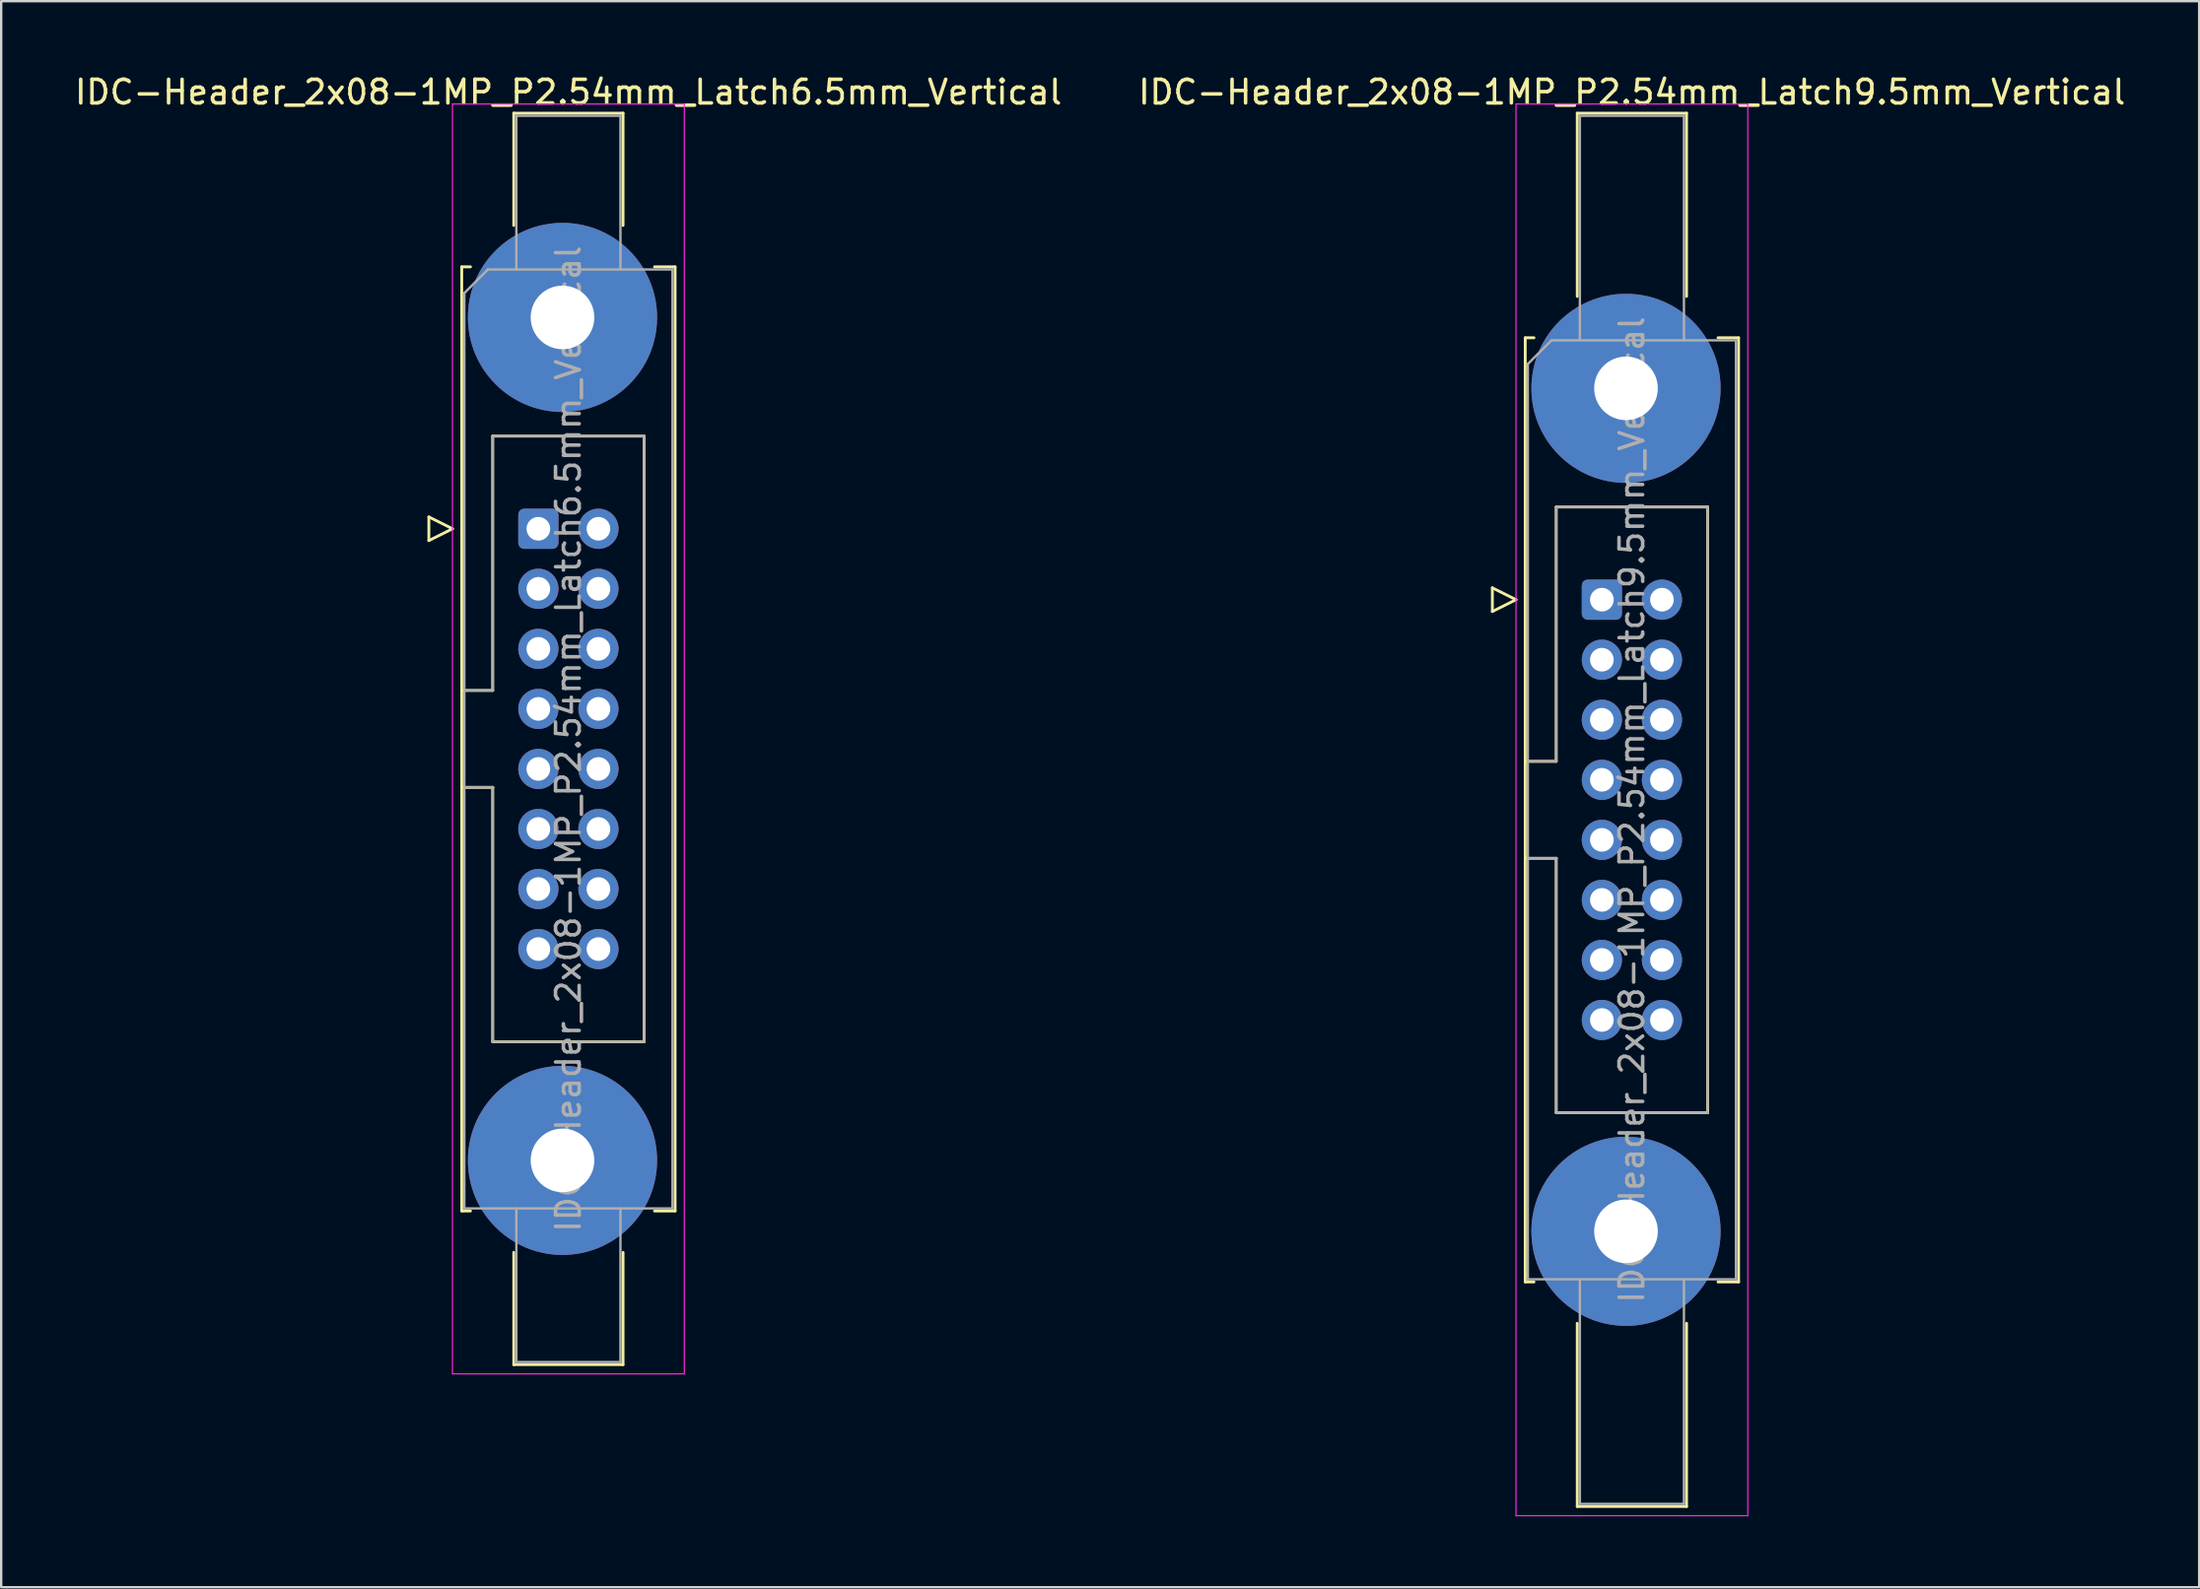
<source format=kicad_pcb>
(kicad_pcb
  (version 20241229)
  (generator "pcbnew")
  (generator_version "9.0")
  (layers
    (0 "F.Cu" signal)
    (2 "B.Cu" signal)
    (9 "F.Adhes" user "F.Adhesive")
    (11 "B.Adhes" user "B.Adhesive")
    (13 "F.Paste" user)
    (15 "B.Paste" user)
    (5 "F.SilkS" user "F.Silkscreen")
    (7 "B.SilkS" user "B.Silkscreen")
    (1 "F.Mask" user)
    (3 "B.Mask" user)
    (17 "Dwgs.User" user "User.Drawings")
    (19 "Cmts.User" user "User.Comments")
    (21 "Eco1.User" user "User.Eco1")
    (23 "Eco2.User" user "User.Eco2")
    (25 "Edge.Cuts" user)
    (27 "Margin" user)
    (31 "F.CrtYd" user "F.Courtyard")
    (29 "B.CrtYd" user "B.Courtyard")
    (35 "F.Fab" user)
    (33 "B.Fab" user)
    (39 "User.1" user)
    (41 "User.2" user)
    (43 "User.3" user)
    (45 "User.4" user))
  (footprint "IDC-Header_2x08-1MP_P2.54mm_Latch9.5mm_Vertical"
    (layer "F.Cu")
    (at 64.676 22.318)
    (property "Reference" "IDC-Header_2x08-1MP_P2.54mm_Latch9.5mm_Vertical" (at 1.27 -21.47 0) (layer "F.SilkS") (effects (font (size 1 1) (thickness 0.15))))
    (attr through_hole)
    (fp_line (start -4.63 -0.5) (end -4.63 0.5) (stroke (width 0.12) (type solid)) (layer "F.SilkS"))
    (fp_line (start -4.63 0.5) (end -3.63 0) (stroke (width 0.12) (type solid)) (layer "F.SilkS"))
    (fp_line (start -3.63 0) (end -4.63 -0.5) (stroke (width 0.12) (type solid)) (layer "F.SilkS"))
    (fp_line (start -3.24 -11.08) (end -3.24 28.86) (stroke (width 0.12) (type solid)) (layer "F.SilkS"))
    (fp_line (start -3.24 6.84) (end -1.93 6.84) (stroke (width 0.12) (type solid)) (layer "F.SilkS"))
    (fp_line (start -3.24 28.86) (end -2.87 28.86) (stroke (width 0.12) (type solid)) (layer "F.SilkS"))
    (fp_line (start -2.87 -11.08) (end -3.24 -11.08) (stroke (width 0.12) (type solid)) (layer "F.SilkS"))
    (fp_line (start -1.93 -3.92) (end 4.47 -3.92) (stroke (width 0.12) (type solid)) (layer "F.SilkS"))
    (fp_line (start -1.93 6.84) (end -1.93 -3.92) (stroke (width 0.12) (type solid)) (layer "F.SilkS"))
    (fp_line (start -1.93 10.94) (end -3.24 10.94) (stroke (width 0.12) (type solid)) (layer "F.SilkS"))
    (fp_line (start -1.93 10.94) (end -1.93 10.94) (stroke (width 0.12) (type solid)) (layer "F.SilkS"))
    (fp_line (start -1.93 21.7) (end -1.93 10.94) (stroke (width 0.12) (type solid)) (layer "F.SilkS"))
    (fp_line (start -1.04 -20.58) (end 3.58 -20.58) (stroke (width 0.12) (type solid)) (layer "F.SilkS"))
    (fp_line (start -1.04 -12.83) (end -1.04 -20.58) (stroke (width 0.12) (type solid)) (layer "F.SilkS"))
    (fp_line (start -1.04 30.61) (end -1.04 38.36) (stroke (width 0.12) (type solid)) (layer "F.SilkS"))
    (fp_line (start -1.04 38.36) (end 3.58 38.36) (stroke (width 0.12) (type solid)) (layer "F.SilkS"))
    (fp_line (start 3.58 -20.58) (end 3.58 -12.83) (stroke (width 0.12) (type solid)) (layer "F.SilkS"))
    (fp_line (start 3.58 38.36) (end 3.58 30.61) (stroke (width 0.12) (type solid)) (layer "F.SilkS"))
    (fp_line (start 4.47 -3.92) (end 4.47 21.7) (stroke (width 0.12) (type solid)) (layer "F.SilkS"))
    (fp_line (start 4.47 21.7) (end -1.93 21.7) (stroke (width 0.12) (type solid)) (layer "F.SilkS"))
    (fp_line (start 4.91 -11.08) (end 5.78 -11.08) (stroke (width 0.12) (type solid)) (layer "F.SilkS"))
    (fp_line (start 5.78 -11.08) (end 5.78 28.86) (stroke (width 0.12) (type solid)) (layer "F.SilkS"))
    (fp_line (start 5.78 28.86) (end 4.91 28.86) (stroke (width 0.12) (type solid)) (layer "F.SilkS"))
    (fp_line (start -3.63 -20.97) (end -3.63 38.75) (stroke (width 0.05) (type solid)) (layer "F.CrtYd"))
    (fp_line (start -3.63 38.75) (end 6.17 38.75) (stroke (width 0.05) (type solid)) (layer "F.CrtYd"))
    (fp_line (start 6.17 -20.97) (end -3.63 -20.97) (stroke (width 0.05) (type solid)) (layer "F.CrtYd"))
    (fp_line (start 6.17 38.75) (end 6.17 -20.97) (stroke (width 0.05) (type solid)) (layer "F.CrtYd"))
    (fp_line (start -3.13 -9.97) (end -2.13 -10.97) (stroke (width 0.1) (type solid)) (layer "F.Fab"))
    (fp_line (start -3.13 6.84) (end -1.93 6.84) (stroke (width 0.1) (type solid)) (layer "F.Fab"))
    (fp_line (start -3.13 28.75) (end -3.13 -9.97) (stroke (width 0.1) (type solid)) (layer "F.Fab"))
    (fp_line (start -2.13 -10.97) (end 5.67 -10.97) (stroke (width 0.1) (type solid)) (layer "F.Fab"))
    (fp_line (start -1.93 -3.92) (end 4.47 -3.92) (stroke (width 0.1) (type solid)) (layer "F.Fab"))
    (fp_line (start -1.93 6.84) (end -1.93 -3.92) (stroke (width 0.1) (type solid)) (layer "F.Fab"))
    (fp_line (start -1.93 10.94) (end -3.13 10.94) (stroke (width 0.1) (type solid)) (layer "F.Fab"))
    (fp_line (start -1.93 10.94) (end -1.93 10.94) (stroke (width 0.1) (type solid)) (layer "F.Fab"))
    (fp_line (start -1.93 21.7) (end -1.93 10.94) (stroke (width 0.1) (type solid)) (layer "F.Fab"))
    (fp_line (start -0.93 -20.47) (end 3.47 -20.47) (stroke (width 0.1) (type solid)) (layer "F.Fab"))
    (fp_line (start -0.93 -10.97) (end -0.93 -20.47) (stroke (width 0.1) (type solid)) (layer "F.Fab"))
    (fp_line (start -0.93 28.75) (end -0.93 38.25) (stroke (width 0.1) (type solid)) (layer "F.Fab"))
    (fp_line (start -0.93 38.25) (end 3.47 38.25) (stroke (width 0.1) (type solid)) (layer "F.Fab"))
    (fp_line (start 3.47 -20.47) (end 3.47 -10.97) (stroke (width 0.1) (type solid)) (layer "F.Fab"))
    (fp_line (start 3.47 38.25) (end 3.47 28.75) (stroke (width 0.1) (type solid)) (layer "F.Fab"))
    (fp_line (start 4.47 -3.92) (end 4.47 21.7) (stroke (width 0.1) (type solid)) (layer "F.Fab"))
    (fp_line (start 4.47 21.7) (end -1.93 21.7) (stroke (width 0.1) (type solid)) (layer "F.Fab"))
    (fp_line (start 5.67 -10.97) (end 5.67 28.75) (stroke (width 0.1) (type solid)) (layer "F.Fab"))
    (fp_line (start 5.67 28.75) (end -3.13 28.75) (stroke (width 0.1) (type solid)) (layer "F.Fab"))
    (fp_text user "${REFERENCE}" (at 1.27 8.89 90) (layer "F.Fab") (effects (font (size 1 1) (thickness 0.15))))
    (pad "1" thru_hole roundrect (at 0 0) (size 1.7 1.7) (drill 1) (layers "*.Cu" "*.Mask") (roundrect_rratio 0.147))
    (pad "2" thru_hole circle (at 2.54 0) (size 1.7 1.7) (drill 1) (layers "*.Cu" "*.Mask"))
    (pad "3" thru_hole circle (at 0 2.54) (size 1.7 1.7) (drill 1) (layers "*.Cu" "*.Mask"))
    (pad "4" thru_hole circle (at 2.54 2.54) (size 1.7 1.7) (drill 1) (layers "*.Cu" "*.Mask"))
    (pad "5" thru_hole circle (at 0 5.08) (size 1.7 1.7) (drill 1) (layers "*.Cu" "*.Mask"))
    (pad "6" thru_hole circle (at 2.54 5.08) (size 1.7 1.7) (drill 1) (layers "*.Cu" "*.Mask"))
    (pad "7" thru_hole circle (at 0 7.62) (size 1.7 1.7) (drill 1) (layers "*.Cu" "*.Mask"))
    (pad "8" thru_hole circle (at 2.54 7.62) (size 1.7 1.7) (drill 1) (layers "*.Cu" "*.Mask"))
    (pad "9" thru_hole circle (at 0 10.16) (size 1.7 1.7) (drill 1) (layers "*.Cu" "*.Mask"))
    (pad "10" thru_hole circle (at 2.54 10.16) (size 1.7 1.7) (drill 1) (layers "*.Cu" "*.Mask"))
    (pad "11" thru_hole circle (at 0 12.7) (size 1.7 1.7) (drill 1) (layers "*.Cu" "*.Mask"))
    (pad "12" thru_hole circle (at 2.54 12.7) (size 1.7 1.7) (drill 1) (layers "*.Cu" "*.Mask"))
    (pad "13" thru_hole circle (at 0 15.24) (size 1.7 1.7) (drill 1) (layers "*.Cu" "*.Mask"))
    (pad "14" thru_hole circle (at 2.54 15.24) (size 1.7 1.7) (drill 1) (layers "*.Cu" "*.Mask"))
    (pad "15" thru_hole circle (at 0 17.78) (size 1.7 1.7) (drill 1) (layers "*.Cu" "*.Mask"))
    (pad "16" thru_hole circle (at 2.54 17.78) (size 1.7 1.7) (drill 1) (layers "*.Cu" "*.Mask"))
    (pad "MP" thru_hole circle (at 1.02 -8.94) (size 8 8) (drill 2.69) (layers "*.Cu" "*.Mask"))
    (pad "MP" thru_hole circle (at 1.02 26.72) (size 8 8) (drill 2.69) (layers "*.Cu" "*.Mask")))
  (footprint "IDC-Header_2x08-1MP_P2.54mm_Latch6.5mm_Vertical"
    (layer "F.Cu")
    (at 19.712 19.318)
    (property "Reference" "IDC-Header_2x08-1MP_P2.54mm_Latch6.5mm_Vertical" (at 1.27 -18.47 0) (layer "F.SilkS") (effects (font (size 1 1) (thickness 0.15))))
    (attr through_hole)
    (fp_line (start -4.63 -0.5) (end -4.63 0.5) (stroke (width 0.12) (type solid)) (layer "F.SilkS"))
    (fp_line (start -4.63 0.5) (end -3.63 0) (stroke (width 0.12) (type solid)) (layer "F.SilkS"))
    (fp_line (start -3.63 0) (end -4.63 -0.5) (stroke (width 0.12) (type solid)) (layer "F.SilkS"))
    (fp_line (start -3.24 -11.08) (end -3.24 28.86) (stroke (width 0.12) (type solid)) (layer "F.SilkS"))
    (fp_line (start -3.24 6.84) (end -1.93 6.84) (stroke (width 0.12) (type solid)) (layer "F.SilkS"))
    (fp_line (start -3.24 28.86) (end -2.87 28.86) (stroke (width 0.12) (type solid)) (layer "F.SilkS"))
    (fp_line (start -2.87 -11.08) (end -3.24 -11.08) (stroke (width 0.12) (type solid)) (layer "F.SilkS"))
    (fp_line (start -1.93 -3.92) (end 4.47 -3.92) (stroke (width 0.12) (type solid)) (layer "F.SilkS"))
    (fp_line (start -1.93 6.84) (end -1.93 -3.92) (stroke (width 0.12) (type solid)) (layer "F.SilkS"))
    (fp_line (start -1.93 10.94) (end -3.24 10.94) (stroke (width 0.12) (type solid)) (layer "F.SilkS"))
    (fp_line (start -1.93 10.94) (end -1.93 10.94) (stroke (width 0.12) (type solid)) (layer "F.SilkS"))
    (fp_line (start -1.93 21.7) (end -1.93 10.94) (stroke (width 0.12) (type solid)) (layer "F.SilkS"))
    (fp_line (start -1.04 -17.58) (end 3.58 -17.58) (stroke (width 0.12) (type solid)) (layer "F.SilkS"))
    (fp_line (start -1.04 -12.83) (end -1.04 -17.58) (stroke (width 0.12) (type solid)) (layer "F.SilkS"))
    (fp_line (start -1.04 30.61) (end -1.04 35.36) (stroke (width 0.12) (type solid)) (layer "F.SilkS"))
    (fp_line (start -1.04 35.36) (end 3.58 35.36) (stroke (width 0.12) (type solid)) (layer "F.SilkS"))
    (fp_line (start 3.58 -17.58) (end 3.58 -12.83) (stroke (width 0.12) (type solid)) (layer "F.SilkS"))
    (fp_line (start 3.58 35.36) (end 3.58 30.61) (stroke (width 0.12) (type solid)) (layer "F.SilkS"))
    (fp_line (start 4.47 -3.92) (end 4.47 21.7) (stroke (width 0.12) (type solid)) (layer "F.SilkS"))
    (fp_line (start 4.47 21.7) (end -1.93 21.7) (stroke (width 0.12) (type solid)) (layer "F.SilkS"))
    (fp_line (start 4.91 -11.08) (end 5.78 -11.08) (stroke (width 0.12) (type solid)) (layer "F.SilkS"))
    (fp_line (start 5.78 -11.08) (end 5.78 28.86) (stroke (width 0.12) (type solid)) (layer "F.SilkS"))
    (fp_line (start 5.78 28.86) (end 4.91 28.86) (stroke (width 0.12) (type solid)) (layer "F.SilkS"))
    (fp_line (start -3.63 -17.97) (end -3.63 35.75) (stroke (width 0.05) (type solid)) (layer "F.CrtYd"))
    (fp_line (start -3.63 35.75) (end 6.17 35.75) (stroke (width 0.05) (type solid)) (layer "F.CrtYd"))
    (fp_line (start 6.17 -17.97) (end -3.63 -17.97) (stroke (width 0.05) (type solid)) (layer "F.CrtYd"))
    (fp_line (start 6.17 35.75) (end 6.17 -17.97) (stroke (width 0.05) (type solid)) (layer "F.CrtYd"))
    (fp_line (start -3.13 -9.97) (end -2.13 -10.97) (stroke (width 0.1) (type solid)) (layer "F.Fab"))
    (fp_line (start -3.13 6.84) (end -1.93 6.84) (stroke (width 0.1) (type solid)) (layer "F.Fab"))
    (fp_line (start -3.13 28.75) (end -3.13 -9.97) (stroke (width 0.1) (type solid)) (layer "F.Fab"))
    (fp_line (start -2.13 -10.97) (end 5.67 -10.97) (stroke (width 0.1) (type solid)) (layer "F.Fab"))
    (fp_line (start -1.93 -3.92) (end 4.47 -3.92) (stroke (width 0.1) (type solid)) (layer "F.Fab"))
    (fp_line (start -1.93 6.84) (end -1.93 -3.92) (stroke (width 0.1) (type solid)) (layer "F.Fab"))
    (fp_line (start -1.93 10.94) (end -3.13 10.94) (stroke (width 0.1) (type solid)) (layer "F.Fab"))
    (fp_line (start -1.93 10.94) (end -1.93 10.94) (stroke (width 0.1) (type solid)) (layer "F.Fab"))
    (fp_line (start -1.93 21.7) (end -1.93 10.94) (stroke (width 0.1) (type solid)) (layer "F.Fab"))
    (fp_line (start -0.93 -17.47) (end 3.47 -17.47) (stroke (width 0.1) (type solid)) (layer "F.Fab"))
    (fp_line (start -0.93 -10.97) (end -0.93 -17.47) (stroke (width 0.1) (type solid)) (layer "F.Fab"))
    (fp_line (start -0.93 28.75) (end -0.93 35.25) (stroke (width 0.1) (type solid)) (layer "F.Fab"))
    (fp_line (start -0.93 35.25) (end 3.47 35.25) (stroke (width 0.1) (type solid)) (layer "F.Fab"))
    (fp_line (start 3.47 -17.47) (end 3.47 -10.97) (stroke (width 0.1) (type solid)) (layer "F.Fab"))
    (fp_line (start 3.47 35.25) (end 3.47 28.75) (stroke (width 0.1) (type solid)) (layer "F.Fab"))
    (fp_line (start 4.47 -3.92) (end 4.47 21.7) (stroke (width 0.1) (type solid)) (layer "F.Fab"))
    (fp_line (start 4.47 21.7) (end -1.93 21.7) (stroke (width 0.1) (type solid)) (layer "F.Fab"))
    (fp_line (start 5.67 -10.97) (end 5.67 28.75) (stroke (width 0.1) (type solid)) (layer "F.Fab"))
    (fp_line (start 5.67 28.75) (end -3.13 28.75) (stroke (width 0.1) (type solid)) (layer "F.Fab"))
    (fp_text user "${REFERENCE}" (at 1.27 8.89 90) (layer "F.Fab") (effects (font (size 1 1) (thickness 0.15))))
    (pad "1" thru_hole roundrect (at 0 0) (size 1.7 1.7) (drill 1) (layers "*.Cu" "*.Mask") (roundrect_rratio 0.147))
    (pad "2" thru_hole circle (at 2.54 0) (size 1.7 1.7) (drill 1) (layers "*.Cu" "*.Mask"))
    (pad "3" thru_hole circle (at 0 2.54) (size 1.7 1.7) (drill 1) (layers "*.Cu" "*.Mask"))
    (pad "4" thru_hole circle (at 2.54 2.54) (size 1.7 1.7) (drill 1) (layers "*.Cu" "*.Mask"))
    (pad "5" thru_hole circle (at 0 5.08) (size 1.7 1.7) (drill 1) (layers "*.Cu" "*.Mask"))
    (pad "6" thru_hole circle (at 2.54 5.08) (size 1.7 1.7) (drill 1) (layers "*.Cu" "*.Mask"))
    (pad "7" thru_hole circle (at 0 7.62) (size 1.7 1.7) (drill 1) (layers "*.Cu" "*.Mask"))
    (pad "8" thru_hole circle (at 2.54 7.62) (size 1.7 1.7) (drill 1) (layers "*.Cu" "*.Mask"))
    (pad "9" thru_hole circle (at 0 10.16) (size 1.7 1.7) (drill 1) (layers "*.Cu" "*.Mask"))
    (pad "10" thru_hole circle (at 2.54 10.16) (size 1.7 1.7) (drill 1) (layers "*.Cu" "*.Mask"))
    (pad "11" thru_hole circle (at 0 12.7) (size 1.7 1.7) (drill 1) (layers "*.Cu" "*.Mask"))
    (pad "12" thru_hole circle (at 2.54 12.7) (size 1.7 1.7) (drill 1) (layers "*.Cu" "*.Mask"))
    (pad "13" thru_hole circle (at 0 15.24) (size 1.7 1.7) (drill 1) (layers "*.Cu" "*.Mask"))
    (pad "14" thru_hole circle (at 2.54 15.24) (size 1.7 1.7) (drill 1) (layers "*.Cu" "*.Mask"))
    (pad "15" thru_hole circle (at 0 17.78) (size 1.7 1.7) (drill 1) (layers "*.Cu" "*.Mask"))
    (pad "16" thru_hole circle (at 2.54 17.78) (size 1.7 1.7) (drill 1) (layers "*.Cu" "*.Mask"))
    (pad "MP" thru_hole circle (at 1.02 -8.94) (size 8 8) (drill 2.69) (layers "*.Cu" "*.Mask"))
    (pad "MP" thru_hole circle (at 1.02 26.72) (size 8 8) (drill 2.69) (layers "*.Cu" "*.Mask")))
  (gr_rect
    (start -3 -3)
    (end 89.929 64.093)
    (stroke (width 0.1) (type default))
    (fill no)
    (layer "Edge.Cuts")))
</source>
